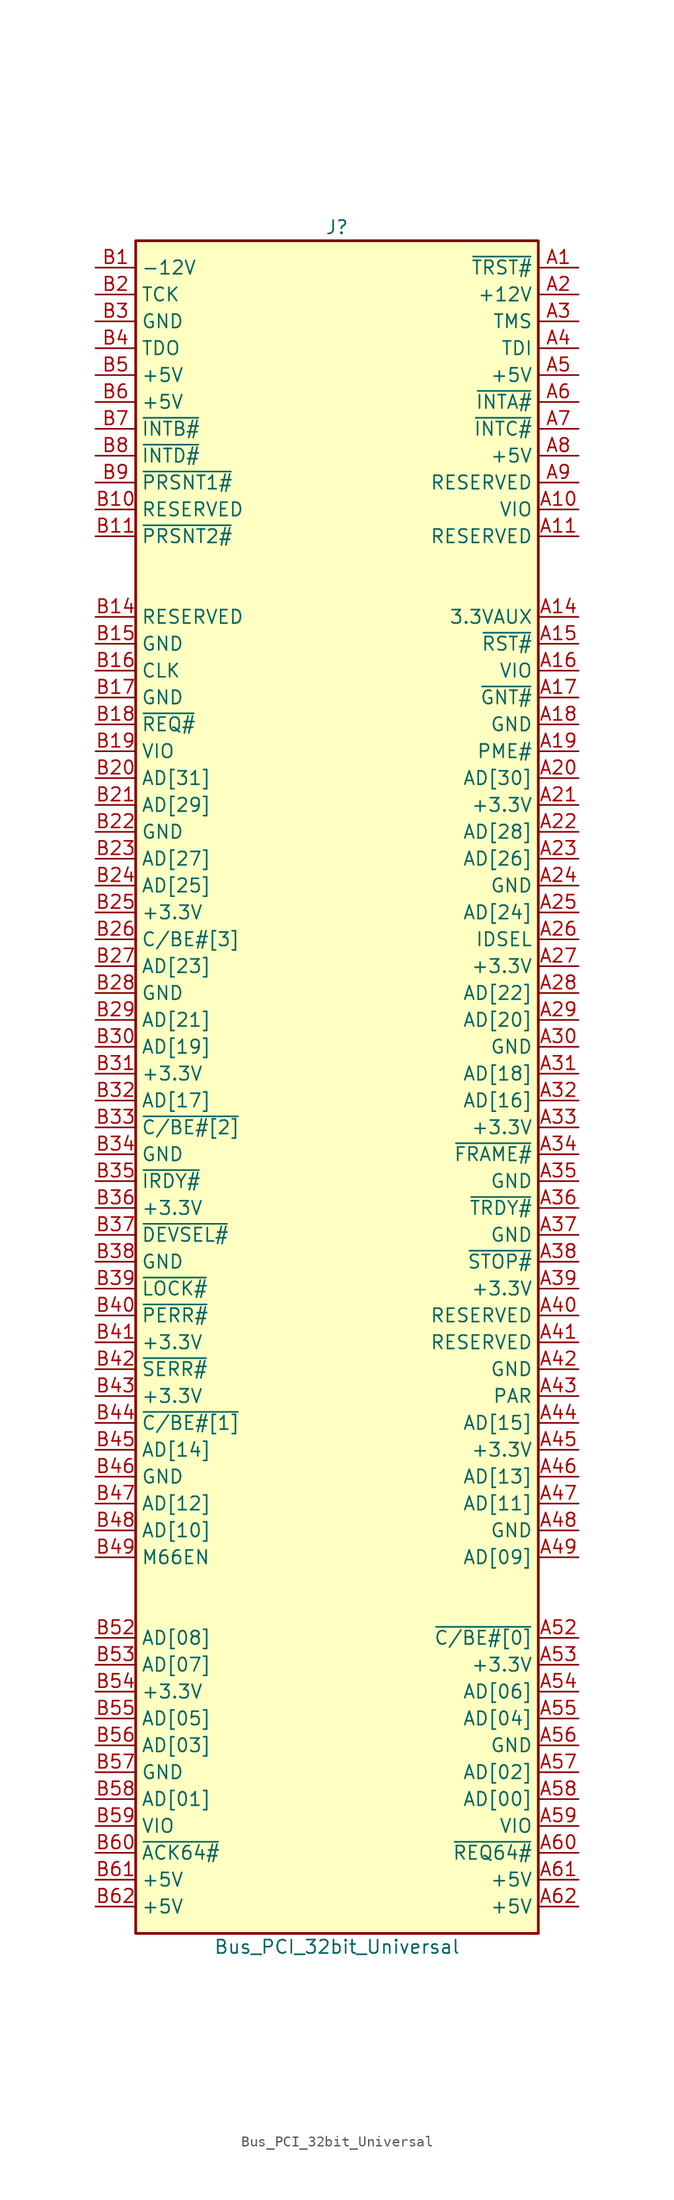
<source format=kicad_sym>
(kicad_symbol_lib
  (version 20211014)
  (generator kicad_symbol_editor)
  (symbol "Bus_PCI_32bit_Universal"
    (property "Reference" "J"
      (at 0 80.01 0)
      (effects (font (size 1.27 1.27))))
    (property "Value" "Bus_PCI_32bit_Universal"
      (at 0 -82.55 0)
      (effects (font (size 1.27 1.27))))
    (symbol "Bus_PCI_32bit_Universal_0_1"
      (rectangle (start -19.05 78.74) (end 19.05 -81.28) (stroke (width 0.254) (type default) (color 0 0 0 0)) (fill (type background))))
    (symbol "Bus_PCI_32bit_Universal_1_1"
      (pin output line (at 22.86 76.2 180) (length 3.81) (name "~{TRST#}" (effects (font (size 1.27 1.27)))) (number "A1" (effects (font (size 1.27 1.27)))))
      (pin power_in line (at 22.86 53.34 180) (length 3.81) (name "VIO" (effects (font (size 1.27 1.27)))) (number "A10" (effects (font (size 1.27 1.27)))))
      (pin passive line (at 22.86 50.8 180) (length 3.81) (name "RESERVED" (effects (font (size 1.27 1.27)))) (number "A11" (effects (font (size 1.27 1.27)))))
      (pin passive line (at 22.86 43.18 180) (length 3.81) (name "3.3VAUX" (effects (font (size 1.27 1.27)))) (number "A14" (effects (font (size 1.27 1.27)))))
      (pin output line (at 22.86 40.64 180) (length 3.81) (name "~{RST#}" (effects (font (size 1.27 1.27)))) (number "A15" (effects (font (size 1.27 1.27)))))
      (pin power_in line (at 22.86 38.1 180) (length 3.81) (name "VIO" (effects (font (size 1.27 1.27)))) (number "A16" (effects (font (size 1.27 1.27)))))
      (pin bidirectional line (at 22.86 35.56 180) (length 3.81) (name "~{GNT#}" (effects (font (size 1.27 1.27)))) (number "A17" (effects (font (size 1.27 1.27)))))
      (pin power_in line (at 22.86 33.02 180) (length 3.81) (name "GND" (effects (font (size 1.27 1.27)))) (number "A18" (effects (font (size 1.27 1.27)))))
      (pin passive line (at 22.86 30.48 180) (length 3.81) (name "PME#" (effects (font (size 1.27 1.27)))) (number "A19" (effects (font (size 1.27 1.27)))))
      (pin power_in line (at 22.86 73.66 180) (length 3.81) (name "+12V" (effects (font (size 1.27 1.27)))) (number "A2" (effects (font (size 1.27 1.27)))))
      (pin bidirectional line (at 22.86 27.94 180) (length 3.81) (name "AD[30]" (effects (font (size 1.27 1.27)))) (number "A20" (effects (font (size 1.27 1.27)))))
      (pin power_in line (at 22.86 25.4 180) (length 3.81) (name "+3.3V" (effects (font (size 1.27 1.27)))) (number "A21" (effects (font (size 1.27 1.27)))))
      (pin bidirectional line (at 22.86 22.86 180) (length 3.81) (name "AD[28]" (effects (font (size 1.27 1.27)))) (number "A22" (effects (font (size 1.27 1.27)))))
      (pin bidirectional line (at 22.86 20.32 180) (length 3.81) (name "AD[26]" (effects (font (size 1.27 1.27)))) (number "A23" (effects (font (size 1.27 1.27)))))
      (pin power_in line (at 22.86 17.78 180) (length 3.81) (name "GND" (effects (font (size 1.27 1.27)))) (number "A24" (effects (font (size 1.27 1.27)))))
      (pin bidirectional line (at 22.86 15.24 180) (length 3.81) (name "AD[24]" (effects (font (size 1.27 1.27)))) (number "A25" (effects (font (size 1.27 1.27)))))
      (pin output line (at 22.86 12.7 180) (length 3.81) (name "IDSEL" (effects (font (size 1.27 1.27)))) (number "A26" (effects (font (size 1.27 1.27)))))
      (pin power_in line (at 22.86 10.16 180) (length 3.81) (name "+3.3V" (effects (font (size 1.27 1.27)))) (number "A27" (effects (font (size 1.27 1.27)))))
      (pin bidirectional line (at 22.86 7.62 180) (length 3.81) (name "AD[22]" (effects (font (size 1.27 1.27)))) (number "A28" (effects (font (size 1.27 1.27)))))
      (pin bidirectional line (at 22.86 5.08 180) (length 3.81) (name "AD[20]" (effects (font (size 1.27 1.27)))) (number "A29" (effects (font (size 1.27 1.27)))))
      (pin output line (at 22.86 71.12 180) (length 3.81) (name "TMS" (effects (font (size 1.27 1.27)))) (number "A3" (effects (font (size 1.27 1.27)))))
      (pin power_in line (at 22.86 2.54 180) (length 3.81) (name "GND" (effects (font (size 1.27 1.27)))) (number "A30" (effects (font (size 1.27 1.27)))))
      (pin bidirectional line (at 22.86 0 180) (length 3.81) (name "AD[18]" (effects (font (size 1.27 1.27)))) (number "A31" (effects (font (size 1.27 1.27)))))
      (pin bidirectional line (at 22.86 -2.54 180) (length 3.81) (name "AD[16]" (effects (font (size 1.27 1.27)))) (number "A32" (effects (font (size 1.27 1.27)))))
      (pin power_in line (at 22.86 -5.08 180) (length 3.81) (name "+3.3V" (effects (font (size 1.27 1.27)))) (number "A33" (effects (font (size 1.27 1.27)))))
      (pin bidirectional line (at 22.86 -7.62 180) (length 3.81) (name "~{FRAME#}" (effects (font (size 1.27 1.27)))) (number "A34" (effects (font (size 1.27 1.27)))))
      (pin power_in line (at 22.86 -10.16 180) (length 3.81) (name "GND" (effects (font (size 1.27 1.27)))) (number "A35" (effects (font (size 1.27 1.27)))))
      (pin bidirectional line (at 22.86 -12.7 180) (length 3.81) (name "~{TRDY#}" (effects (font (size 1.27 1.27)))) (number "A36" (effects (font (size 1.27 1.27)))))
      (pin power_in line (at 22.86 -15.24 180) (length 3.81) (name "GND" (effects (font (size 1.27 1.27)))) (number "A37" (effects (font (size 1.27 1.27)))))
      (pin bidirectional line (at 22.86 -17.78 180) (length 3.81) (name "~{STOP#}" (effects (font (size 1.27 1.27)))) (number "A38" (effects (font (size 1.27 1.27)))))
      (pin power_in line (at 22.86 -20.32 180) (length 3.81) (name "+3.3V" (effects (font (size 1.27 1.27)))) (number "A39" (effects (font (size 1.27 1.27)))))
      (pin output line (at 22.86 68.58 180) (length 3.81) (name "TDI" (effects (font (size 1.27 1.27)))) (number "A4" (effects (font (size 1.27 1.27)))))
      (pin bidirectional line (at 22.86 -22.86 180) (length 3.81) (name "RESERVED" (effects (font (size 1.27 1.27)))) (number "A40" (effects (font (size 1.27 1.27)))))
      (pin bidirectional line (at 22.86 -25.4 180) (length 3.81) (name "RESERVED" (effects (font (size 1.27 1.27)))) (number "A41" (effects (font (size 1.27 1.27)))))
      (pin power_in line (at 22.86 -27.94 180) (length 3.81) (name "GND" (effects (font (size 1.27 1.27)))) (number "A42" (effects (font (size 1.27 1.27)))))
      (pin bidirectional line (at 22.86 -30.48 180) (length 3.81) (name "PAR" (effects (font (size 1.27 1.27)))) (number "A43" (effects (font (size 1.27 1.27)))))
      (pin bidirectional line (at 22.86 -33.02 180) (length 3.81) (name "AD[15]" (effects (font (size 1.27 1.27)))) (number "A44" (effects (font (size 1.27 1.27)))))
      (pin power_in line (at 22.86 -35.56 180) (length 3.81) (name "+3.3V" (effects (font (size 1.27 1.27)))) (number "A45" (effects (font (size 1.27 1.27)))))
      (pin bidirectional line (at 22.86 -38.1 180) (length 3.81) (name "AD[13]" (effects (font (size 1.27 1.27)))) (number "A46" (effects (font (size 1.27 1.27)))))
      (pin bidirectional line (at 22.86 -40.64 180) (length 3.81) (name "AD[11]" (effects (font (size 1.27 1.27)))) (number "A47" (effects (font (size 1.27 1.27)))))
      (pin power_in line (at 22.86 -43.18 180) (length 3.81) (name "GND" (effects (font (size 1.27 1.27)))) (number "A48" (effects (font (size 1.27 1.27)))))
      (pin bidirectional line (at 22.86 -45.72 180) (length 3.81) (name "AD[09]" (effects (font (size 1.27 1.27)))) (number "A49" (effects (font (size 1.27 1.27)))))
      (pin power_in line (at 22.86 66.04 180) (length 3.81) (name "+5V" (effects (font (size 1.27 1.27)))) (number "A5" (effects (font (size 1.27 1.27)))))
      (pin bidirectional line (at 22.86 -53.34 180) (length 3.81) (name "~{C/BE#[0]}" (effects (font (size 1.27 1.27)))) (number "A52" (effects (font (size 1.27 1.27)))))
      (pin power_in line (at 22.86 -55.88 180) (length 3.81) (name "+3.3V" (effects (font (size 1.27 1.27)))) (number "A53" (effects (font (size 1.27 1.27)))))
      (pin bidirectional line (at 22.86 -58.42 180) (length 3.81) (name "AD[06]" (effects (font (size 1.27 1.27)))) (number "A54" (effects (font (size 1.27 1.27)))))
      (pin bidirectional line (at 22.86 -60.96 180) (length 3.81) (name "AD[04]" (effects (font (size 1.27 1.27)))) (number "A55" (effects (font (size 1.27 1.27)))))
      (pin power_in line (at 22.86 -63.5 180) (length 3.81) (name "GND" (effects (font (size 1.27 1.27)))) (number "A56" (effects (font (size 1.27 1.27)))))
      (pin bidirectional line (at 22.86 -66.04 180) (length 3.81) (name "AD[02]" (effects (font (size 1.27 1.27)))) (number "A57" (effects (font (size 1.27 1.27)))))
      (pin bidirectional line (at 22.86 -68.58 180) (length 3.81) (name "AD[00]" (effects (font (size 1.27 1.27)))) (number "A58" (effects (font (size 1.27 1.27)))))
      (pin power_in line (at 22.86 -71.12 180) (length 3.81) (name "VIO" (effects (font (size 1.27 1.27)))) (number "A59" (effects (font (size 1.27 1.27)))))
      (pin input line (at 22.86 63.5 180) (length 3.81) (name "~{INTA#}" (effects (font (size 1.27 1.27)))) (number "A6" (effects (font (size 1.27 1.27)))))
      (pin bidirectional line (at 22.86 -73.66 180) (length 3.81) (name "~{REQ64#}" (effects (font (size 1.27 1.27)))) (number "A60" (effects (font (size 1.27 1.27)))))
      (pin power_in line (at 22.86 -76.2 180) (length 3.81) (name "+5V" (effects (font (size 1.27 1.27)))) (number "A61" (effects (font (size 1.27 1.27)))))
      (pin power_in line (at 22.86 -78.74 180) (length 3.81) (name "+5V" (effects (font (size 1.27 1.27)))) (number "A62" (effects (font (size 1.27 1.27)))))
      (pin input line (at 22.86 60.96 180) (length 3.81) (name "~{INTC#}" (effects (font (size 1.27 1.27)))) (number "A7" (effects (font (size 1.27 1.27)))))
      (pin power_in line (at 22.86 58.42 180) (length 3.81) (name "+5V" (effects (font (size 1.27 1.27)))) (number "A8" (effects (font (size 1.27 1.27)))))
      (pin passive line (at 22.86 55.88 180) (length 3.81) (name "RESERVED" (effects (font (size 1.27 1.27)))) (number "A9" (effects (font (size 1.27 1.27)))))
      (pin power_in line (at -22.86 76.2 0) (length 3.81) (name "-12V" (effects (font (size 1.27 1.27)))) (number "B1" (effects (font (size 1.27 1.27)))))
      (pin passive line (at -22.86 53.34 0) (length 3.81) (name "RESERVED" (effects (font (size 1.27 1.27)))) (number "B10" (effects (font (size 1.27 1.27)))))
      (pin input line (at -22.86 50.8 0) (length 3.81) (name "~{PRSNT2#}" (effects (font (size 1.27 1.27)))) (number "B11" (effects (font (size 1.27 1.27)))))
      (pin passive line (at -22.86 43.18 0) (length 3.81) (name "RESERVED" (effects (font (size 1.27 1.27)))) (number "B14" (effects (font (size 1.27 1.27)))))
      (pin power_in line (at -22.86 40.64 0) (length 3.81) (name "GND" (effects (font (size 1.27 1.27)))) (number "B15" (effects (font (size 1.27 1.27)))))
      (pin output line (at -22.86 38.1 0) (length 3.81) (name "CLK" (effects (font (size 1.27 1.27)))) (number "B16" (effects (font (size 1.27 1.27)))))
      (pin power_in line (at -22.86 35.56 0) (length 3.81) (name "GND" (effects (font (size 1.27 1.27)))) (number "B17" (effects (font (size 1.27 1.27)))))
      (pin bidirectional line (at -22.86 33.02 0) (length 3.81) (name "~{REQ#}" (effects (font (size 1.27 1.27)))) (number "B18" (effects (font (size 1.27 1.27)))))
      (pin power_in line (at -22.86 30.48 0) (length 3.81) (name "VIO" (effects (font (size 1.27 1.27)))) (number "B19" (effects (font (size 1.27 1.27)))))
      (pin output line (at -22.86 73.66 0) (length 3.81) (name "TCK" (effects (font (size 1.27 1.27)))) (number "B2" (effects (font (size 1.27 1.27)))))
      (pin bidirectional line (at -22.86 27.94 0) (length 3.81) (name "AD[31]" (effects (font (size 1.27 1.27)))) (number "B20" (effects (font (size 1.27 1.27)))))
      (pin bidirectional line (at -22.86 25.4 0) (length 3.81) (name "AD[29]" (effects (font (size 1.27 1.27)))) (number "B21" (effects (font (size 1.27 1.27)))))
      (pin power_in line (at -22.86 22.86 0) (length 3.81) (name "GND" (effects (font (size 1.27 1.27)))) (number "B22" (effects (font (size 1.27 1.27)))))
      (pin bidirectional line (at -22.86 20.32 0) (length 3.81) (name "AD[27]" (effects (font (size 1.27 1.27)))) (number "B23" (effects (font (size 1.27 1.27)))))
      (pin bidirectional line (at -22.86 17.78 0) (length 3.81) (name "AD[25]" (effects (font (size 1.27 1.27)))) (number "B24" (effects (font (size 1.27 1.27)))))
      (pin power_in line (at -22.86 15.24 0) (length 3.81) (name "+3.3V" (effects (font (size 1.27 1.27)))) (number "B25" (effects (font (size 1.27 1.27)))))
      (pin bidirectional line (at -22.86 12.7 0) (length 3.81) (name "C/BE#[3]" (effects (font (size 1.27 1.27)))) (number "B26" (effects (font (size 1.27 1.27)))))
      (pin bidirectional line (at -22.86 10.16 0) (length 3.81) (name "AD[23]" (effects (font (size 1.27 1.27)))) (number "B27" (effects (font (size 1.27 1.27)))))
      (pin power_in line (at -22.86 7.62 0) (length 3.81) (name "GND" (effects (font (size 1.27 1.27)))) (number "B28" (effects (font (size 1.27 1.27)))))
      (pin bidirectional line (at -22.86 5.08 0) (length 3.81) (name "AD[21]" (effects (font (size 1.27 1.27)))) (number "B29" (effects (font (size 1.27 1.27)))))
      (pin power_in line (at -22.86 71.12 0) (length 3.81) (name "GND" (effects (font (size 1.27 1.27)))) (number "B3" (effects (font (size 1.27 1.27)))))
      (pin bidirectional line (at -22.86 2.54 0) (length 3.81) (name "AD[19]" (effects (font (size 1.27 1.27)))) (number "B30" (effects (font (size 1.27 1.27)))))
      (pin power_in line (at -22.86 0 0) (length 3.81) (name "+3.3V" (effects (font (size 1.27 1.27)))) (number "B31" (effects (font (size 1.27 1.27)))))
      (pin bidirectional line (at -22.86 -2.54 0) (length 3.81) (name "AD[17]" (effects (font (size 1.27 1.27)))) (number "B32" (effects (font (size 1.27 1.27)))))
      (pin bidirectional line (at -22.86 -5.08 0) (length 3.81) (name "~{C/BE#[2]}" (effects (font (size 1.27 1.27)))) (number "B33" (effects (font (size 1.27 1.27)))))
      (pin power_in line (at -22.86 -7.62 0) (length 3.81) (name "GND" (effects (font (size 1.27 1.27)))) (number "B34" (effects (font (size 1.27 1.27)))))
      (pin bidirectional line (at -22.86 -10.16 0) (length 3.81) (name "~{IRDY#}" (effects (font (size 1.27 1.27)))) (number "B35" (effects (font (size 1.27 1.27)))))
      (pin power_in line (at -22.86 -12.7 0) (length 3.81) (name "+3.3V" (effects (font (size 1.27 1.27)))) (number "B36" (effects (font (size 1.27 1.27)))))
      (pin bidirectional line (at -22.86 -15.24 0) (length 3.81) (name "~{DEVSEL#}" (effects (font (size 1.27 1.27)))) (number "B37" (effects (font (size 1.27 1.27)))))
      (pin power_in line (at -22.86 -17.78 0) (length 3.81) (name "GND" (effects (font (size 1.27 1.27)))) (number "B38" (effects (font (size 1.27 1.27)))))
      (pin bidirectional line (at -22.86 -20.32 0) (length 3.81) (name "~{LOCK#}" (effects (font (size 1.27 1.27)))) (number "B39" (effects (font (size 1.27 1.27)))))
      (pin input line (at -22.86 68.58 0) (length 3.81) (name "TDO" (effects (font (size 1.27 1.27)))) (number "B4" (effects (font (size 1.27 1.27)))))
      (pin bidirectional line (at -22.86 -22.86 0) (length 3.81) (name "~{PERR#}" (effects (font (size 1.27 1.27)))) (number "B40" (effects (font (size 1.27 1.27)))))
      (pin power_in line (at -22.86 -25.4 0) (length 3.81) (name "+3.3V" (effects (font (size 1.27 1.27)))) (number "B41" (effects (font (size 1.27 1.27)))))
      (pin input line (at -22.86 -27.94 0) (length 3.81) (name "~{SERR#}" (effects (font (size 1.27 1.27)))) (number "B42" (effects (font (size 1.27 1.27)))))
      (pin power_in line (at -22.86 -30.48 0) (length 3.81) (name "+3.3V" (effects (font (size 1.27 1.27)))) (number "B43" (effects (font (size 1.27 1.27)))))
      (pin bidirectional line (at -22.86 -33.02 0) (length 3.81) (name "~{C/BE#[1]}" (effects (font (size 1.27 1.27)))) (number "B44" (effects (font (size 1.27 1.27)))))
      (pin bidirectional line (at -22.86 -35.56 0) (length 3.81) (name "AD[14]" (effects (font (size 1.27 1.27)))) (number "B45" (effects (font (size 1.27 1.27)))))
      (pin power_in line (at -22.86 -38.1 0) (length 3.81) (name "GND" (effects (font (size 1.27 1.27)))) (number "B46" (effects (font (size 1.27 1.27)))))
      (pin bidirectional line (at -22.86 -40.64 0) (length 3.81) (name "AD[12]" (effects (font (size 1.27 1.27)))) (number "B47" (effects (font (size 1.27 1.27)))))
      (pin bidirectional line (at -22.86 -43.18 0) (length 3.81) (name "AD[10]" (effects (font (size 1.27 1.27)))) (number "B48" (effects (font (size 1.27 1.27)))))
      (pin power_in line (at -22.86 -45.72 0) (length 3.81) (name "M66EN" (effects (font (size 1.27 1.27)))) (number "B49" (effects (font (size 1.27 1.27)))))
      (pin power_in line (at -22.86 66.04 0) (length 3.81) (name "+5V" (effects (font (size 1.27 1.27)))) (number "B5" (effects (font (size 1.27 1.27)))))
      (pin bidirectional line (at -22.86 -53.34 0) (length 3.81) (name "AD[08]" (effects (font (size 1.27 1.27)))) (number "B52" (effects (font (size 1.27 1.27)))))
      (pin bidirectional line (at -22.86 -55.88 0) (length 3.81) (name "AD[07]" (effects (font (size 1.27 1.27)))) (number "B53" (effects (font (size 1.27 1.27)))))
      (pin input line (at -22.86 -58.42 0) (length 3.81) (name "+3.3V" (effects (font (size 1.27 1.27)))) (number "B54" (effects (font (size 1.27 1.27)))))
      (pin bidirectional line (at -22.86 -60.96 0) (length 3.81) (name "AD[05]" (effects (font (size 1.27 1.27)))) (number "B55" (effects (font (size 1.27 1.27)))))
      (pin bidirectional line (at -22.86 -63.5 0) (length 3.81) (name "AD[03]" (effects (font (size 1.27 1.27)))) (number "B56" (effects (font (size 1.27 1.27)))))
      (pin power_in line (at -22.86 -66.04 0) (length 3.81) (name "GND" (effects (font (size 1.27 1.27)))) (number "B57" (effects (font (size 1.27 1.27)))))
      (pin bidirectional line (at -22.86 -68.58 0) (length 3.81) (name "AD[01]" (effects (font (size 1.27 1.27)))) (number "B58" (effects (font (size 1.27 1.27)))))
      (pin power_in line (at -22.86 -71.12 0) (length 3.81) (name "VIO" (effects (font (size 1.27 1.27)))) (number "B59" (effects (font (size 1.27 1.27)))))
      (pin power_in line (at -22.86 63.5 0) (length 3.81) (name "+5V" (effects (font (size 1.27 1.27)))) (number "B6" (effects (font (size 1.27 1.27)))))
      (pin bidirectional line (at -22.86 -73.66 0) (length 3.81) (name "~{ACK64#}" (effects (font (size 1.27 1.27)))) (number "B60" (effects (font (size 1.27 1.27)))))
      (pin power_in line (at -22.86 -76.2 0) (length 3.81) (name "+5V" (effects (font (size 1.27 1.27)))) (number "B61" (effects (font (size 1.27 1.27)))))
      (pin power_in line (at -22.86 -78.74 0) (length 3.81) (name "+5V" (effects (font (size 1.27 1.27)))) (number "B62" (effects (font (size 1.27 1.27)))))
      (pin input line (at -22.86 60.96 0) (length 3.81) (name "~{INTB#}" (effects (font (size 1.27 1.27)))) (number "B7" (effects (font (size 1.27 1.27)))))
      (pin input line (at -22.86 58.42 0) (length 3.81) (name "~{INTD#}" (effects (font (size 1.27 1.27)))) (number "B8" (effects (font (size 1.27 1.27)))))
      (pin input line (at -22.86 55.88 0) (length 3.81) (name "~{PRSNT1#}" (effects (font (size 1.27 1.27)))) (number "B9" (effects (font (size 1.27 1.27))))))))
</source>
